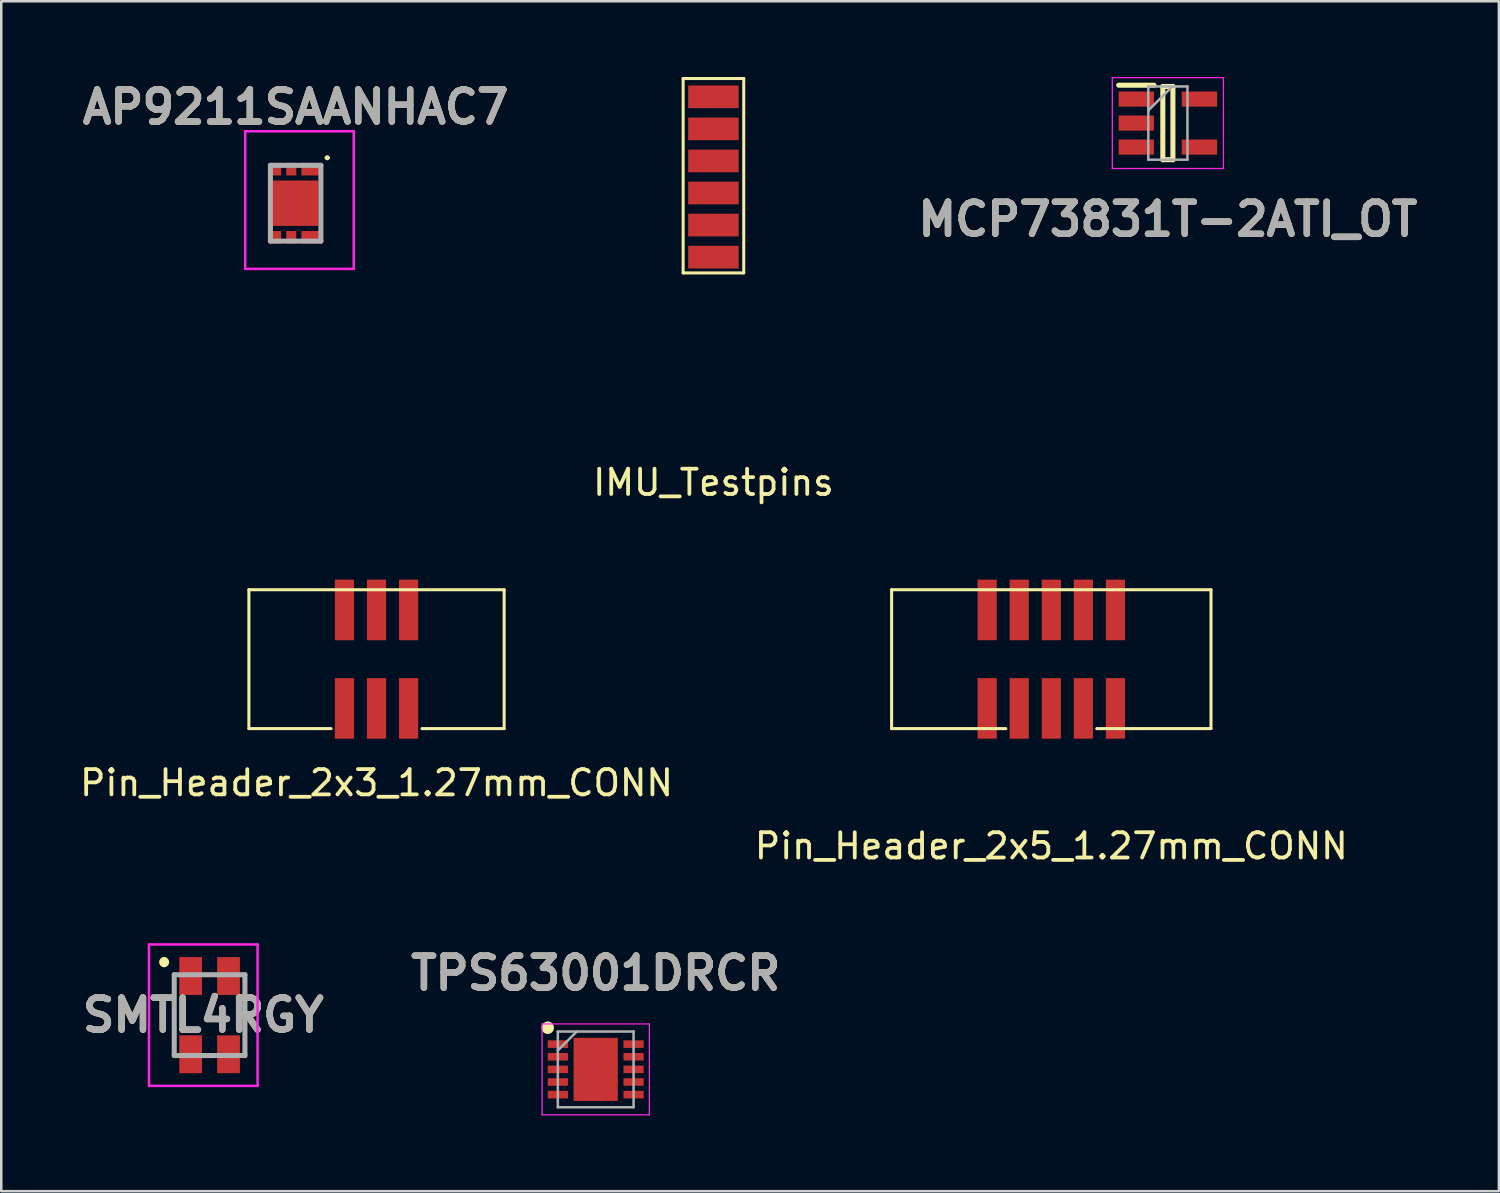
<source format=kicad_pcb>
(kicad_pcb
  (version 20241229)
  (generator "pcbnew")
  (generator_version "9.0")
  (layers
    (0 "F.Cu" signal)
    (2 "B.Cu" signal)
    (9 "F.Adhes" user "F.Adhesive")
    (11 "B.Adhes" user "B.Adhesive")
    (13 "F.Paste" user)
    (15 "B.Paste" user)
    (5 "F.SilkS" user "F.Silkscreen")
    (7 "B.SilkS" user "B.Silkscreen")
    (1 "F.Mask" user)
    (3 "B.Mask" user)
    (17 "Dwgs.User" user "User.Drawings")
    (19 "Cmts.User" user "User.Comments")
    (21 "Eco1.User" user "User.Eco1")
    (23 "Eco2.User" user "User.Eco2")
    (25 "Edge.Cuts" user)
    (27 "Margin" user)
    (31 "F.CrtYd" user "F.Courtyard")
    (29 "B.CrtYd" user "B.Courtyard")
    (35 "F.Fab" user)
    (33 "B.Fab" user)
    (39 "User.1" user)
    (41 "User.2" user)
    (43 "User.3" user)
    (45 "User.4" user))
  (footprint "Pin_Header_2x3_1.27mm_CONN"
    (layer "F.Cu")
    (at 11.863 23.058)
    (property "Reference" "Pin_Header_2x3_1.27mm_CONN" (at 0 4.9 0) (layer "F.SilkS") (effects (font (size 1 1) (thickness 0.15))))
    (attr through_hole)
    (fp_line (start -5.055 -2.75) (end -5.055 2.75) (stroke (width 0.12) (type solid)) (layer "F.SilkS"))
    (fp_line (start -5.055 -2.75) (end 5.055 -2.75) (stroke (width 0.12) (type solid)) (layer "F.SilkS"))
    (fp_line (start -5.055 2.75) (end -1.8 2.75) (stroke (width 0.12) (type solid)) (layer "F.SilkS"))
    (fp_line (start 5.055 2.75) (end 1.8 2.75) (stroke (width 0.12) (type solid)) (layer "F.SilkS"))
    (fp_line (start 5.055 2.75) (end 5.055 -2.75) (stroke (width 0.12) (type solid)) (layer "F.SilkS"))
    (pad "1" smd rect (at -1.27 1.95) (size 0.76 2.4) (layers "F.Cu" "F.Mask" "F.Paste"))
    (pad "2" smd rect (at 0 1.95) (size 0.76 2.4) (layers "F.Cu" "F.Mask" "F.Paste"))
    (pad "3" smd rect (at 1.27 1.95) (size 0.76 2.4) (layers "F.Cu" "F.Mask" "F.Paste"))
    (pad "4" smd rect (at 1.27 -1.95) (size 0.76 2.4) (layers "F.Cu" "F.Mask" "F.Paste"))
    (pad "5" smd rect (at 0 -1.95) (size 0.76 2.4) (layers "F.Cu" "F.Mask" "F.Paste"))
    (pad "6" smd rect (at -1.27 -1.95) (size 0.76 2.4) (layers "F.Cu" "F.Mask" "F.Paste")))
  (footprint "Pin_Header_2x5_1.27mm_CONN"
    (layer "F.Cu")
    (at 38.589 23.058)
    (property "Reference" "Pin_Header_2x5_1.27mm_CONN" (at 0 7.4 0) (layer "F.SilkS") (effects (font (size 1 1) (thickness 0.15))))
    (attr through_hole)
    (fp_line (start -6.325 -2.75) (end -6.325 2.75) (stroke (width 0.12) (type solid)) (layer "F.SilkS"))
    (fp_line (start -6.325 -2.75) (end 6.325 -2.75) (stroke (width 0.12) (type solid)) (layer "F.SilkS"))
    (fp_line (start -6.325 2.75) (end -1.8 2.75) (stroke (width 0.12) (type solid)) (layer "F.SilkS"))
    (fp_line (start 6.325 -2.75) (end 6.325 2.75) (stroke (width 0.12) (type solid)) (layer "F.SilkS"))
    (fp_line (start 6.325 2.75) (end 1.8 2.75) (stroke (width 0.12) (type solid)) (layer "F.SilkS"))
    (pad "1" smd rect (at -2.54 1.95) (size 0.76 2.4) (layers "F.Cu" "F.Mask" "F.Paste"))
    (pad "2" smd rect (at -1.27 1.95) (size 0.76 2.4) (layers "F.Cu" "F.Mask" "F.Paste"))
    (pad "3" smd rect (at 0 1.95) (size 0.76 2.4) (layers "F.Cu" "F.Mask" "F.Paste"))
    (pad "4" smd rect (at 1.27 1.95) (size 0.76 2.4) (layers "F.Cu" "F.Mask" "F.Paste"))
    (pad "5" smd rect (at 2.54 1.95) (size 0.76 2.4) (layers "F.Cu" "F.Mask" "F.Paste"))
    (pad "6" smd rect (at 2.54 -1.95) (size 0.76 2.4) (layers "F.Cu" "F.Mask" "F.Paste"))
    (pad "7" smd rect (at 1.27 -1.95) (size 0.76 2.4) (layers "F.Cu" "F.Mask" "F.Paste"))
    (pad "8" smd rect (at 0 -1.95) (size 0.76 2.4) (layers "F.Cu" "F.Mask" "F.Paste"))
    (pad "9" smd rect (at -1.27 -1.95) (size 0.76 2.4) (layers "F.Cu" "F.Mask" "F.Paste"))
    (pad "10" smd rect (at -2.54 -1.95) (size 0.76 2.4) (layers "F.Cu" "F.Mask" "F.Paste")))
  (footprint "IMU_Testpins"
    (layer "F.Cu")
    (at 25.207 3.96)
    (property "Reference" "IMU_Testpins" (at 0 12.1 0) (layer "F.SilkS") (effects (font (size 1 1) (thickness 0.15))))
    (attr through_hole)
    (fp_line (start -1.2 -3.9) (end 1.2 -3.9) (stroke (width 0.12) (type solid)) (layer "F.SilkS"))
    (fp_line (start -1.2 3.8) (end -1.2 -3.9) (stroke (width 0.12) (type solid)) (layer "F.SilkS"))
    (fp_line (start 1.2 -3.9) (end 1.2 3.8) (stroke (width 0.12) (type solid)) (layer "F.SilkS"))
    (fp_line (start 1.2 3.8) (end -1.2 3.8) (stroke (width 0.12) (type solid)) (layer "F.SilkS"))
    (pad "1" smd rect (at 0 -3.175) (size 2 0.9) (layers "F.Cu" "F.Mask" "F.Paste"))
    (pad "2" smd rect (at 0 -1.905) (size 2 0.9) (layers "F.Cu" "F.Mask" "F.Paste"))
    (pad "3" smd rect (at 0 -0.635) (size 2 0.9) (layers "F.Cu" "F.Mask" "F.Paste"))
    (pad "4" smd rect (at 0 0.635) (size 2 0.9) (layers "F.Cu" "F.Mask" "F.Paste"))
    (pad "5" smd rect (at 0 1.905) (size 2 0.9) (layers "F.Cu" "F.Mask" "F.Paste"))
    (pad "6" smd rect (at 0 3.175) (size 2 0.9) (layers "F.Cu" "F.Mask" "F.Paste")))
  (footprint "AP9211SAANHAC7"
    (layer "F.Cu")
    (at 8.66 4.999)
    (property "Reference" "AP9211SAANHAC7" (at 0 -3.81 0) (layer "F.SilkS") (effects (font (size 1.27 1.27) (thickness 0.254))))
    (attr smd)
    (fp_line (start 1.2 -1.8) (end 1.2 -1.8) (stroke (width 0.1) (type solid)) (layer "F.SilkS"))
    (fp_line (start 1.3 -1.8) (end 1.3 -1.8) (stroke (width 0.1) (type solid)) (layer "F.SilkS"))
    (fp_arc (start 1.2 -1.8) (mid 1.25 -1.85) (end 1.3 -1.8) (stroke (width 0.1) (type solid)) (layer "F.SilkS"))
    (fp_arc (start 1.3 -1.8) (mid 1.25 -1.75) (end 1.2 -1.8) (stroke (width 0.1) (type solid)) (layer "F.SilkS"))
    (fp_line (start -2 -2.85) (end -2 2.6) (stroke (width 0.1) (type solid)) (layer "F.CrtYd"))
    (fp_line (start -2 2.6) (end 2.3 2.6) (stroke (width 0.1) (type solid)) (layer "F.CrtYd"))
    (fp_line (start 2.3 -2.85) (end -2 -2.85) (stroke (width 0.1) (type solid)) (layer "F.CrtYd"))
    (fp_line (start 2.3 2.6) (end 2.3 -2.85) (stroke (width 0.1) (type solid)) (layer "F.CrtYd"))
    (fp_line (start -1 -1.5) (end -1 1.5) (stroke (width 0.2) (type solid)) (layer "F.Fab"))
    (fp_line (start -1 1.5) (end 1 1.5) (stroke (width 0.2) (type solid)) (layer "F.Fab"))
    (fp_line (start 1 -1.5) (end -1 -1.5) (stroke (width 0.2) (type solid)) (layer "F.Fab"))
    (fp_line (start 1 1.5) (end 1 -1.5) (stroke (width 0.2) (type solid)) (layer "F.Fab"))
    (fp_text user "${REFERENCE}" (at 0 -3.81 0) (layer "F.Fab") (effects (font (size 1.27 1.27) (thickness 0.254))))
    (pad "1" smd rect (at 0.6 -1.35 90) (size 0.5 0.75) (layers "F.Cu" "F.Mask" "F.Paste"))
    (pad "2" smd rect (at -0.175 -1.35) (size 0.4 0.5) (layers "F.Cu" "F.Mask" "F.Paste"))
    (pad "3" smd rect (at -0.775 -1.35) (size 0.4 0.5) (layers "F.Cu" "F.Mask" "F.Paste"))
    (pad "4" smd rect (at -0.775 1.35) (size 0.4 0.5) (layers "F.Cu" "F.Mask" "F.Paste"))
    (pad "5" smd rect (at -0.175 1.35) (size 0.4 0.5) (layers "F.Cu" "F.Mask" "F.Paste"))
    (pad "6" smd rect (at 0.6 1.35 90) (size 0.5 0.75) (layers "F.Cu" "F.Mask" "F.Paste"))
    (pad "7" smd rect (at 0 0) (size 1.8 1.8) (layers "F.Cu" "F.Mask" "F.Paste")))
  (footprint "TPS63001DRCR"
    (layer "F.Cu")
    (at 20.544 39.305)
    (property "Reference" "TPS63001DRCR" (at 0 -3.81 0) (layer "F.SilkS") (effects (font (size 1.27 1.27) (thickness 0.254))))
    (attr smd)
    (fp_circle (center -1.9 -1.65) (end -1.9 -1.525) (stroke (width 0.25) (type solid)) (fill no) (layer "F.SilkS"))
    (fp_line (start -2.125 -1.8) (end 2.125 -1.8) (stroke (width 0.05) (type solid)) (layer "F.CrtYd"))
    (fp_line (start -2.125 1.8) (end -2.125 -1.8) (stroke (width 0.05) (type solid)) (layer "F.CrtYd"))
    (fp_line (start 2.125 -1.8) (end 2.125 1.8) (stroke (width 0.05) (type solid)) (layer "F.CrtYd"))
    (fp_line (start 2.125 1.8) (end -2.125 1.8) (stroke (width 0.05) (type solid)) (layer "F.CrtYd"))
    (fp_line (start -1.5 -1.5) (end 1.5 -1.5) (stroke (width 0.1) (type solid)) (layer "F.Fab"))
    (fp_line (start -1.5 -0.75) (end -0.75 -1.5) (stroke (width 0.1) (type solid)) (layer "F.Fab"))
    (fp_line (start -1.5 1.5) (end -1.5 -1.5) (stroke (width 0.1) (type solid)) (layer "F.Fab"))
    (fp_line (start 1.5 -1.5) (end 1.5 1.5) (stroke (width 0.1) (type solid)) (layer "F.Fab"))
    (fp_line (start 1.5 1.5) (end -1.5 1.5) (stroke (width 0.1) (type solid)) (layer "F.Fab"))
    (fp_text user "${REFERENCE}" (at 0 -3.81 0) (layer "F.Fab") (effects (font (size 1.27 1.27) (thickness 0.254))))
    (pad "1" smd rect (at -1.5 -1 90) (size 0.3 0.8) (layers "F.Cu" "F.Mask" "F.Paste"))
    (pad "2" smd rect (at -1.5 -0.5 90) (size 0.3 0.8) (layers "F.Cu" "F.Mask" "F.Paste"))
    (pad "3" smd rect (at -1.5 0 90) (size 0.3 0.8) (layers "F.Cu" "F.Mask" "F.Paste"))
    (pad "4" smd rect (at -1.5 0.5 90) (size 0.3 0.8) (layers "F.Cu" "F.Mask" "F.Paste"))
    (pad "5" smd rect (at -1.5 1 90) (size 0.3 0.8) (layers "F.Cu" "F.Mask" "F.Paste"))
    (pad "6" smd rect (at 1.5 1 90) (size 0.3 0.8) (layers "F.Cu" "F.Mask" "F.Paste"))
    (pad "7" smd rect (at 1.5 0.5 90) (size 0.3 0.8) (layers "F.Cu" "F.Mask" "F.Paste"))
    (pad "8" smd rect (at 1.5 0 90) (size 0.3 0.8) (layers "F.Cu" "F.Mask" "F.Paste"))
    (pad "9" smd rect (at 1.5 -0.5 90) (size 0.3 0.8) (layers "F.Cu" "F.Mask" "F.Paste"))
    (pad "10" smd rect (at 1.5 -1 90) (size 0.3 0.8) (layers "F.Cu" "F.Mask" "F.Paste"))
    (pad "11" smd rect (at 0 0) (size 1.75 2.5) (layers "F.Cu" "F.Mask" "F.Paste")))
  (footprint "MCP73831T-2ATI_OT"
    (layer "F.Cu")
    (at 43.206 1.825)
    (property "Reference" "MCP73831T-2ATI_OT" (at 0 3.81 0) (layer "F.SilkS") (effects (font (size 1.27 1.27) (thickness 0.254))))
    (attr smd)
    (fp_line (start -1.95 -1.5) (end -0.55 -1.5) (stroke (width 0.2) (type solid)) (layer "F.SilkS"))
    (fp_line (start -0.2 -1.45) (end 0.2 -1.45) (stroke (width 0.2) (type solid)) (layer "F.SilkS"))
    (fp_line (start -0.2 1.45) (end -0.2 -1.45) (stroke (width 0.2) (type solid)) (layer "F.SilkS"))
    (fp_line (start 0.2 -1.45) (end 0.2 1.45) (stroke (width 0.2) (type solid)) (layer "F.SilkS"))
    (fp_line (start 0.2 1.45) (end -0.2 1.45) (stroke (width 0.2) (type solid)) (layer "F.SilkS"))
    (fp_line (start -2.2 -1.8) (end 2.2 -1.8) (stroke (width 0.05) (type solid)) (layer "F.CrtYd"))
    (fp_line (start -2.2 1.8) (end -2.2 -1.8) (stroke (width 0.05) (type solid)) (layer "F.CrtYd"))
    (fp_line (start 2.2 -1.8) (end 2.2 1.8) (stroke (width 0.05) (type solid)) (layer "F.CrtYd"))
    (fp_line (start 2.2 1.8) (end -2.2 1.8) (stroke (width 0.05) (type solid)) (layer "F.CrtYd"))
    (fp_line (start -0.775 -1.45) (end 0.775 -1.45) (stroke (width 0.1) (type solid)) (layer "F.Fab"))
    (fp_line (start -0.775 -0.5) (end 0.175 -1.45) (stroke (width 0.1) (type solid)) (layer "F.Fab"))
    (fp_line (start -0.775 1.45) (end -0.775 -1.45) (stroke (width 0.1) (type solid)) (layer "F.Fab"))
    (fp_line (start 0.775 -1.45) (end 0.775 1.45) (stroke (width 0.1) (type solid)) (layer "F.Fab"))
    (fp_line (start 0.775 1.45) (end -0.775 1.45) (stroke (width 0.1) (type solid)) (layer "F.Fab"))
    (fp_text user "${REFERENCE}" (at 0 3.81 0) (layer "F.Fab") (effects (font (size 1.27 1.27) (thickness 0.254))))
    (pad "1" smd rect (at -1.25 -0.95 90) (size 0.6 1.4) (layers "F.Cu" "F.Mask" "F.Paste"))
    (pad "2" smd rect (at -1.25 0 90) (size 0.6 1.4) (layers "F.Cu" "F.Mask" "F.Paste"))
    (pad "3" smd rect (at -1.25 0.95 90) (size 0.6 1.4) (layers "F.Cu" "F.Mask" "F.Paste"))
    (pad "4" smd rect (at 1.25 0.95 90) (size 0.6 1.4) (layers "F.Cu" "F.Mask" "F.Paste"))
    (pad "5" smd rect (at 1.25 -0.95 90) (size 0.6 1.4) (layers "F.Cu" "F.Mask" "F.Paste")))
  (footprint "SMTL4RGY"
    (layer "F.Cu")
    (at 5.251 37.157)
    (property "Reference" "SMTL4RGY" (at -0.25 0 0) (layer "F.SilkS") (effects (font (size 1.27 1.27) (thickness 0.254))))
    (attr smd)
    (fp_line (start -1.8 -2.2) (end -1.8 -2.2) (stroke (width 0.2) (type solid)) (layer "F.SilkS"))
    (fp_line (start -1.8 -2) (end -1.8 -2) (stroke (width 0.2) (type solid)) (layer "F.SilkS"))
    (fp_line (start -1.4 -0.6) (end -1.4 0.6) (stroke (width 0.1) (type solid)) (layer "F.SilkS"))
    (fp_line (start 1.4 -0.6) (end 1.4 0.6) (stroke (width 0.1) (type solid)) (layer "F.SilkS"))
    (fp_arc (start -1.8 -2.2) (mid -1.7 -2.1) (end -1.8 -2) (stroke (width 0.2) (type solid)) (layer "F.SilkS"))
    (fp_arc (start -1.8 -2) (mid -1.9 -2.1) (end -1.8 -2.2) (stroke (width 0.2) (type solid)) (layer "F.SilkS"))
    (fp_line (start -2.4 -2.8) (end 1.9 -2.8) (stroke (width 0.1) (type solid)) (layer "F.CrtYd"))
    (fp_line (start -2.4 2.8) (end -2.4 -2.8) (stroke (width 0.1) (type solid)) (layer "F.CrtYd"))
    (fp_line (start 1.9 -2.8) (end 1.9 2.8) (stroke (width 0.1) (type solid)) (layer "F.CrtYd"))
    (fp_line (start 1.9 2.8) (end -2.4 2.8) (stroke (width 0.1) (type solid)) (layer "F.CrtYd"))
    (fp_line (start -1.4 -1.6) (end 1.4 -1.6) (stroke (width 0.2) (type solid)) (layer "F.Fab"))
    (fp_line (start -1.4 1.6) (end -1.4 -1.6) (stroke (width 0.2) (type solid)) (layer "F.Fab"))
    (fp_line (start 1.4 -1.6) (end 1.4 1.6) (stroke (width 0.2) (type solid)) (layer "F.Fab"))
    (fp_line (start 1.4 1.6) (end -1.4 1.6) (stroke (width 0.2) (type solid)) (layer "F.Fab"))
    (fp_text user "${REFERENCE}" (at -0.25 0 0) (layer "F.Fab") (effects (font (size 1.27 1.27) (thickness 0.254))))
    (pad "1" smd rect (at -0.75 -1.55) (size 0.9 1.5) (layers "F.Cu" "F.Mask" "F.Paste"))
    (pad "2" smd rect (at -0.75 1.55) (size 0.9 1.5) (layers "F.Cu" "F.Mask" "F.Paste"))
    (pad "3" smd rect (at 0.75 -1.55) (size 0.9 1.5) (layers "F.Cu" "F.Mask" "F.Paste"))
    (pad "4" smd rect (at 0.75 1.55) (size 0.9 1.5) (layers "F.Cu" "F.Mask" "F.Paste")))
  (gr_rect
    (start -3 -3)
    (end 56.317 44.13)
    (stroke (width 0.1) (type default))
    (fill no)
    (layer "Edge.Cuts")))
</source>
